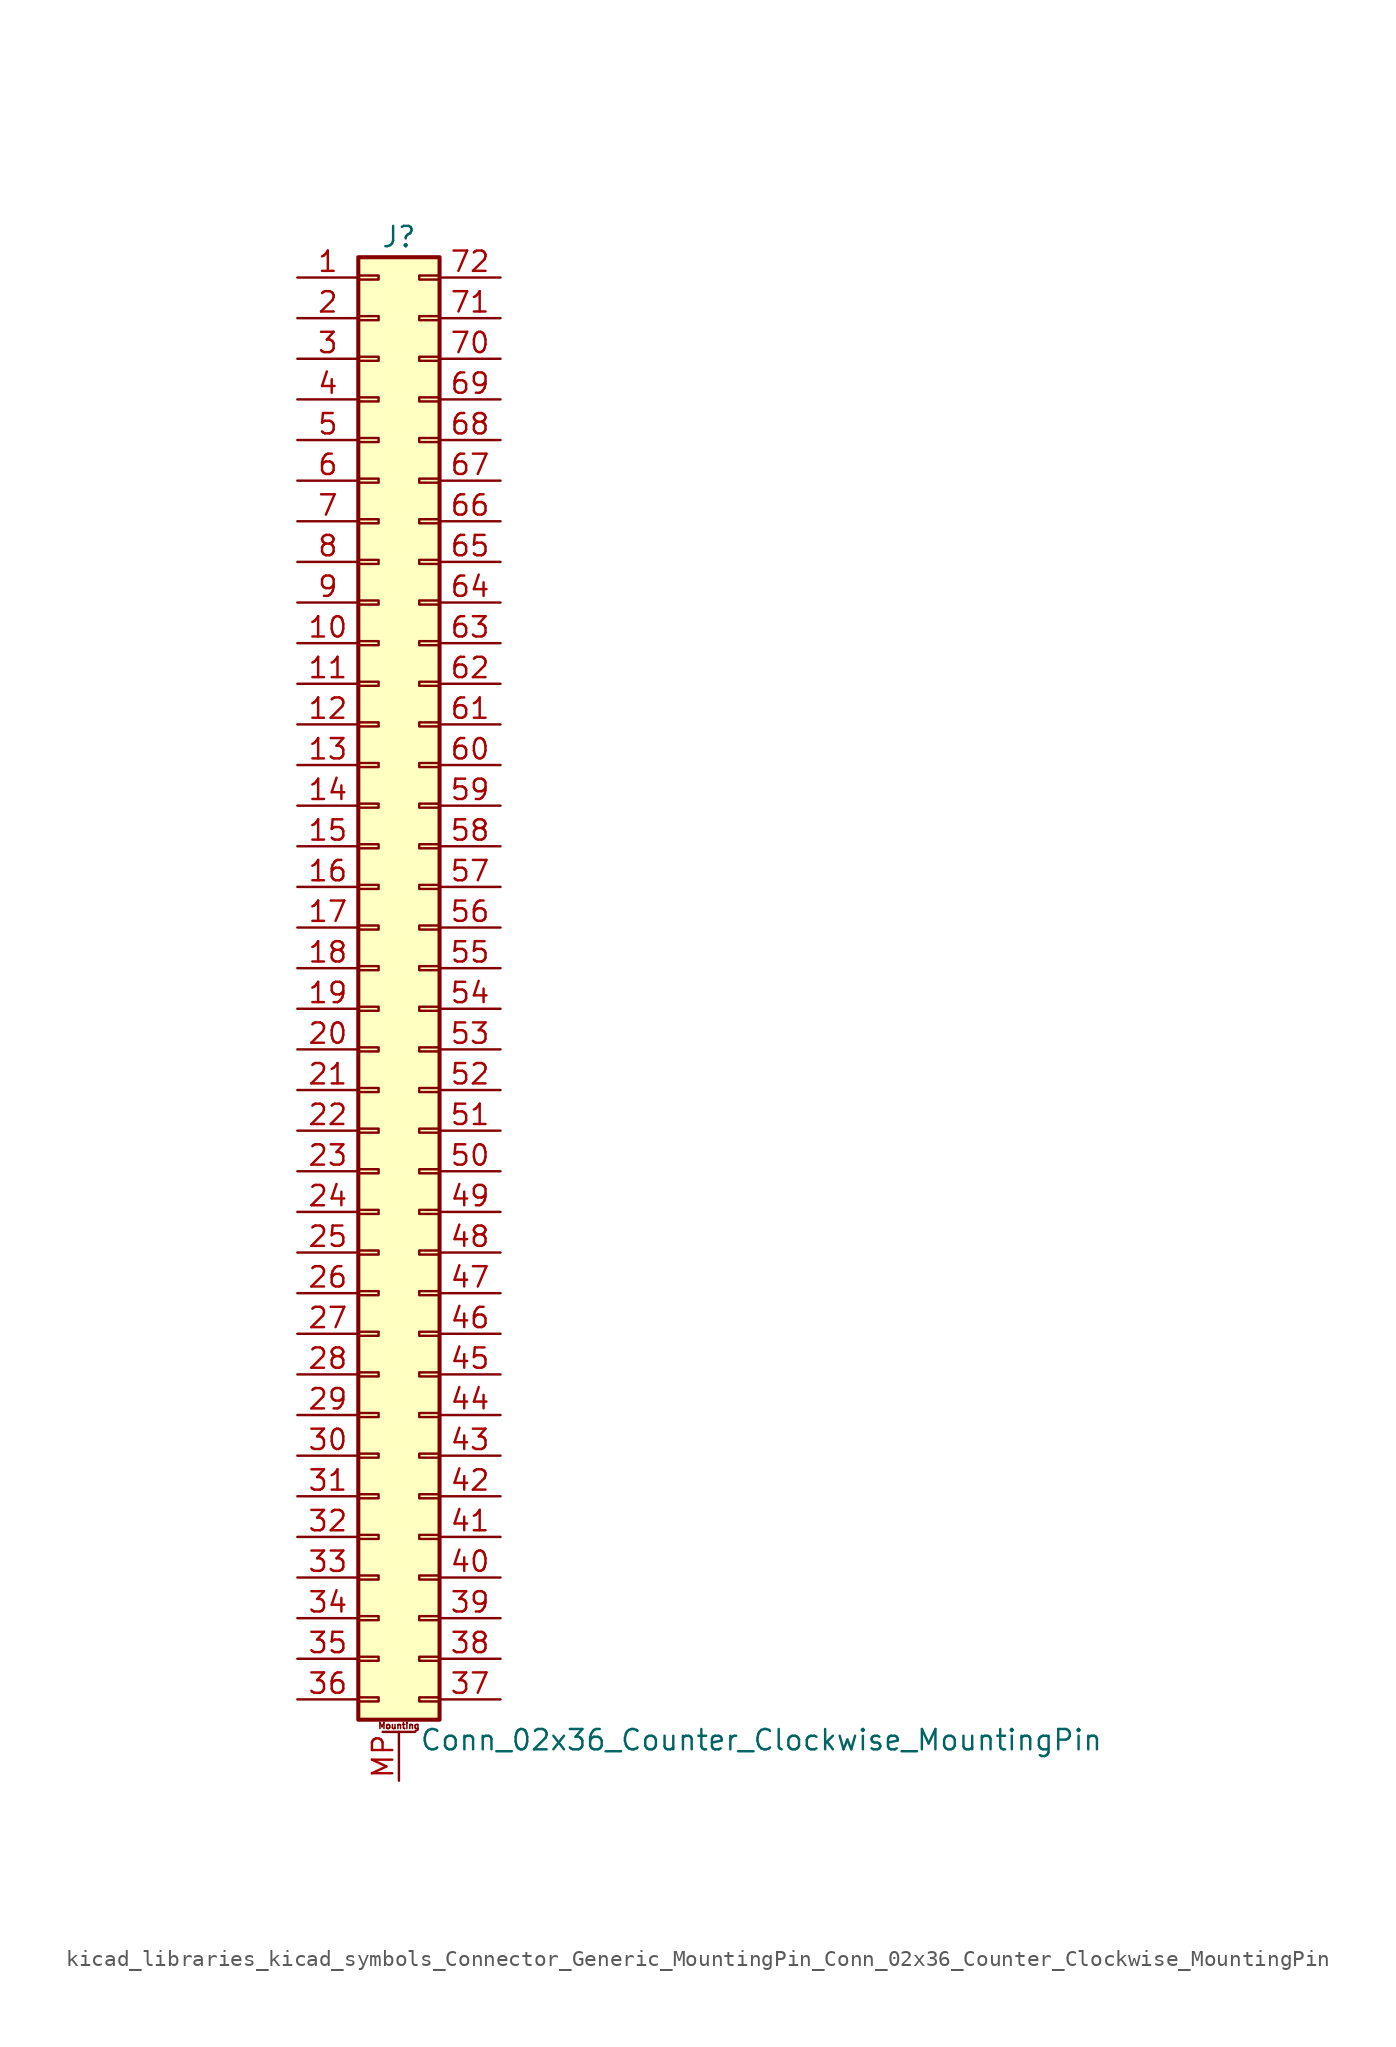
<source format=kicad_sym>
(kicad_symbol_lib
  (version 20220914)
  (generator kicad_symbol_editor)
  (symbol "kicad_libraries_kicad_symbols_Connector_Generic_MountingPin_Conn_02x36_Counter_Clockwise_MountingPin"
    (pin_names
      (offset 1.016) hide)
    (property "Reference" "J"
      (at 1.27 45.72 0)
      (effects (font (size 1.27 1.27))))
    (property "Value" "Conn_02x36_Counter_Clockwise_MountingPin"
      (at 2.54 -48.26 0)
      (effects (font (size 1.27 1.27)) (justify left)))
    (symbol "kicad_libraries_kicad_symbols_Connector_Generic_MountingPin_Conn_02x36_Counter_Clockwise_MountingPin_1_1"
      (rectangle (start -1.27 -45.593) (end 0 -45.847) (stroke (width 0.152) (type default)) (fill (type none)))
      (rectangle (start -1.27 -43.053) (end 0 -43.307) (stroke (width 0.152) (type default)) (fill (type none)))
      (rectangle (start -1.27 -40.513) (end 0 -40.767) (stroke (width 0.152) (type default)) (fill (type none)))
      (rectangle (start -1.27 -37.973) (end 0 -38.227) (stroke (width 0.152) (type default)) (fill (type none)))
      (rectangle (start -1.27 -35.433) (end 0 -35.687) (stroke (width 0.152) (type default)) (fill (type none)))
      (rectangle (start -1.27 -32.893) (end 0 -33.147) (stroke (width 0.152) (type default)) (fill (type none)))
      (rectangle (start -1.27 -30.353) (end 0 -30.607) (stroke (width 0.152) (type default)) (fill (type none)))
      (rectangle (start -1.27 -27.813) (end 0 -28.067) (stroke (width 0.152) (type default)) (fill (type none)))
      (rectangle (start -1.27 -25.273) (end 0 -25.527) (stroke (width 0.152) (type default)) (fill (type none)))
      (rectangle (start -1.27 -22.733) (end 0 -22.987) (stroke (width 0.152) (type default)) (fill (type none)))
      (rectangle (start -1.27 -20.193) (end 0 -20.447) (stroke (width 0.152) (type default)) (fill (type none)))
      (rectangle (start -1.27 -17.653) (end 0 -17.907) (stroke (width 0.152) (type default)) (fill (type none)))
      (rectangle (start -1.27 -15.113) (end 0 -15.367) (stroke (width 0.152) (type default)) (fill (type none)))
      (rectangle (start -1.27 -12.573) (end 0 -12.827) (stroke (width 0.152) (type default)) (fill (type none)))
      (rectangle (start -1.27 -10.033) (end 0 -10.287) (stroke (width 0.152) (type default)) (fill (type none)))
      (rectangle (start -1.27 -7.493) (end 0 -7.747) (stroke (width 0.152) (type default)) (fill (type none)))
      (rectangle (start -1.27 -4.953) (end 0 -5.207) (stroke (width 0.152) (type default)) (fill (type none)))
      (rectangle (start -1.27 -2.413) (end 0 -2.667) (stroke (width 0.152) (type default)) (fill (type none)))
      (rectangle (start -1.27 0.127) (end 0 -0.127) (stroke (width 0.152) (type default)) (fill (type none)))
      (rectangle (start -1.27 2.667) (end 0 2.413) (stroke (width 0.152) (type default)) (fill (type none)))
      (rectangle (start -1.27 5.207) (end 0 4.953) (stroke (width 0.152) (type default)) (fill (type none)))
      (rectangle (start -1.27 7.747) (end 0 7.493) (stroke (width 0.152) (type default)) (fill (type none)))
      (rectangle (start -1.27 10.287) (end 0 10.033) (stroke (width 0.152) (type default)) (fill (type none)))
      (rectangle (start -1.27 12.827) (end 0 12.573) (stroke (width 0.152) (type default)) (fill (type none)))
      (rectangle (start -1.27 15.367) (end 0 15.113) (stroke (width 0.152) (type default)) (fill (type none)))
      (rectangle (start -1.27 17.907) (end 0 17.653) (stroke (width 0.152) (type default)) (fill (type none)))
      (rectangle (start -1.27 20.447) (end 0 20.193) (stroke (width 0.152) (type default)) (fill (type none)))
      (rectangle (start -1.27 22.987) (end 0 22.733) (stroke (width 0.152) (type default)) (fill (type none)))
      (rectangle (start -1.27 25.527) (end 0 25.273) (stroke (width 0.152) (type default)) (fill (type none)))
      (rectangle (start -1.27 28.067) (end 0 27.813) (stroke (width 0.152) (type default)) (fill (type none)))
      (rectangle (start -1.27 30.607) (end 0 30.353) (stroke (width 0.152) (type default)) (fill (type none)))
      (rectangle (start -1.27 33.147) (end 0 32.893) (stroke (width 0.152) (type default)) (fill (type none)))
      (rectangle (start -1.27 35.687) (end 0 35.433) (stroke (width 0.152) (type default)) (fill (type none)))
      (rectangle (start -1.27 38.227) (end 0 37.973) (stroke (width 0.152) (type default)) (fill (type none)))
      (rectangle (start -1.27 40.767) (end 0 40.513) (stroke (width 0.152) (type default)) (fill (type none)))
      (rectangle (start -1.27 43.307) (end 0 43.053) (stroke (width 0.152) (type default)) (fill (type none)))
      (rectangle (start -1.27 44.45) (end 3.81 -46.99) (stroke (width 0.254) (type default)) (fill (type background)))
      (polyline (pts (xy 0.254 -47.752) (xy 2.286 -47.752)) (stroke (width 0.152) (type default)) (fill (type none)))
      (rectangle (start 3.81 -45.593) (end 2.54 -45.847) (stroke (width 0.152) (type default)) (fill (type none)))
      (rectangle (start 3.81 -43.053) (end 2.54 -43.307) (stroke (width 0.152) (type default)) (fill (type none)))
      (rectangle (start 3.81 -40.513) (end 2.54 -40.767) (stroke (width 0.152) (type default)) (fill (type none)))
      (rectangle (start 3.81 -37.973) (end 2.54 -38.227) (stroke (width 0.152) (type default)) (fill (type none)))
      (rectangle (start 3.81 -35.433) (end 2.54 -35.687) (stroke (width 0.152) (type default)) (fill (type none)))
      (rectangle (start 3.81 -32.893) (end 2.54 -33.147) (stroke (width 0.152) (type default)) (fill (type none)))
      (rectangle (start 3.81 -30.353) (end 2.54 -30.607) (stroke (width 0.152) (type default)) (fill (type none)))
      (rectangle (start 3.81 -27.813) (end 2.54 -28.067) (stroke (width 0.152) (type default)) (fill (type none)))
      (rectangle (start 3.81 -25.273) (end 2.54 -25.527) (stroke (width 0.152) (type default)) (fill (type none)))
      (rectangle (start 3.81 -22.733) (end 2.54 -22.987) (stroke (width 0.152) (type default)) (fill (type none)))
      (rectangle (start 3.81 -20.193) (end 2.54 -20.447) (stroke (width 0.152) (type default)) (fill (type none)))
      (rectangle (start 3.81 -17.653) (end 2.54 -17.907) (stroke (width 0.152) (type default)) (fill (type none)))
      (rectangle (start 3.81 -15.113) (end 2.54 -15.367) (stroke (width 0.152) (type default)) (fill (type none)))
      (rectangle (start 3.81 -12.573) (end 2.54 -12.827) (stroke (width 0.152) (type default)) (fill (type none)))
      (rectangle (start 3.81 -10.033) (end 2.54 -10.287) (stroke (width 0.152) (type default)) (fill (type none)))
      (rectangle (start 3.81 -7.493) (end 2.54 -7.747) (stroke (width 0.152) (type default)) (fill (type none)))
      (rectangle (start 3.81 -4.953) (end 2.54 -5.207) (stroke (width 0.152) (type default)) (fill (type none)))
      (rectangle (start 3.81 -2.413) (end 2.54 -2.667) (stroke (width 0.152) (type default)) (fill (type none)))
      (rectangle (start 3.81 0.127) (end 2.54 -0.127) (stroke (width 0.152) (type default)) (fill (type none)))
      (rectangle (start 3.81 2.667) (end 2.54 2.413) (stroke (width 0.152) (type default)) (fill (type none)))
      (rectangle (start 3.81 5.207) (end 2.54 4.953) (stroke (width 0.152) (type default)) (fill (type none)))
      (rectangle (start 3.81 7.747) (end 2.54 7.493) (stroke (width 0.152) (type default)) (fill (type none)))
      (rectangle (start 3.81 10.287) (end 2.54 10.033) (stroke (width 0.152) (type default)) (fill (type none)))
      (rectangle (start 3.81 12.827) (end 2.54 12.573) (stroke (width 0.152) (type default)) (fill (type none)))
      (rectangle (start 3.81 15.367) (end 2.54 15.113) (stroke (width 0.152) (type default)) (fill (type none)))
      (rectangle (start 3.81 17.907) (end 2.54 17.653) (stroke (width 0.152) (type default)) (fill (type none)))
      (rectangle (start 3.81 20.447) (end 2.54 20.193) (stroke (width 0.152) (type default)) (fill (type none)))
      (rectangle (start 3.81 22.987) (end 2.54 22.733) (stroke (width 0.152) (type default)) (fill (type none)))
      (rectangle (start 3.81 25.527) (end 2.54 25.273) (stroke (width 0.152) (type default)) (fill (type none)))
      (rectangle (start 3.81 28.067) (end 2.54 27.813) (stroke (width 0.152) (type default)) (fill (type none)))
      (rectangle (start 3.81 30.607) (end 2.54 30.353) (stroke (width 0.152) (type default)) (fill (type none)))
      (rectangle (start 3.81 33.147) (end 2.54 32.893) (stroke (width 0.152) (type default)) (fill (type none)))
      (rectangle (start 3.81 35.687) (end 2.54 35.433) (stroke (width 0.152) (type default)) (fill (type none)))
      (rectangle (start 3.81 38.227) (end 2.54 37.973) (stroke (width 0.152) (type default)) (fill (type none)))
      (rectangle (start 3.81 40.767) (end 2.54 40.513) (stroke (width 0.152) (type default)) (fill (type none)))
      (rectangle (start 3.81 43.307) (end 2.54 43.053) (stroke (width 0.152) (type default)) (fill (type none)))
      (text "Mounting" (at 1.27 -47.371 0) (effects (font (size 0.381 0.381))))
      (pin passive line (at -5.08 43.18 0) (length 3.81) (name "Pin_1" (effects (font (size 1.27 1.27)))) (number "1" (effects (font (size 1.27 1.27)))))
      (pin passive line (at -5.08 20.32 0) (length 3.81) (name "Pin_10" (effects (font (size 1.27 1.27)))) (number "10" (effects (font (size 1.27 1.27)))))
      (pin passive line (at -5.08 17.78 0) (length 3.81) (name "Pin_11" (effects (font (size 1.27 1.27)))) (number "11" (effects (font (size 1.27 1.27)))))
      (pin passive line (at -5.08 15.24 0) (length 3.81) (name "Pin_12" (effects (font (size 1.27 1.27)))) (number "12" (effects (font (size 1.27 1.27)))))
      (pin passive line (at -5.08 12.7 0) (length 3.81) (name "Pin_13" (effects (font (size 1.27 1.27)))) (number "13" (effects (font (size 1.27 1.27)))))
      (pin passive line (at -5.08 10.16 0) (length 3.81) (name "Pin_14" (effects (font (size 1.27 1.27)))) (number "14" (effects (font (size 1.27 1.27)))))
      (pin passive line (at -5.08 7.62 0) (length 3.81) (name "Pin_15" (effects (font (size 1.27 1.27)))) (number "15" (effects (font (size 1.27 1.27)))))
      (pin passive line (at -5.08 5.08 0) (length 3.81) (name "Pin_16" (effects (font (size 1.27 1.27)))) (number "16" (effects (font (size 1.27 1.27)))))
      (pin passive line (at -5.08 2.54 0) (length 3.81) (name "Pin_17" (effects (font (size 1.27 1.27)))) (number "17" (effects (font (size 1.27 1.27)))))
      (pin passive line (at -5.08 0 0) (length 3.81) (name "Pin_18" (effects (font (size 1.27 1.27)))) (number "18" (effects (font (size 1.27 1.27)))))
      (pin passive line (at -5.08 -2.54 0) (length 3.81) (name "Pin_19" (effects (font (size 1.27 1.27)))) (number "19" (effects (font (size 1.27 1.27)))))
      (pin passive line (at -5.08 40.64 0) (length 3.81) (name "Pin_2" (effects (font (size 1.27 1.27)))) (number "2" (effects (font (size 1.27 1.27)))))
      (pin passive line (at -5.08 -5.08 0) (length 3.81) (name "Pin_20" (effects (font (size 1.27 1.27)))) (number "20" (effects (font (size 1.27 1.27)))))
      (pin passive line (at -5.08 -7.62 0) (length 3.81) (name "Pin_21" (effects (font (size 1.27 1.27)))) (number "21" (effects (font (size 1.27 1.27)))))
      (pin passive line (at -5.08 -10.16 0) (length 3.81) (name "Pin_22" (effects (font (size 1.27 1.27)))) (number "22" (effects (font (size 1.27 1.27)))))
      (pin passive line (at -5.08 -12.7 0) (length 3.81) (name "Pin_23" (effects (font (size 1.27 1.27)))) (number "23" (effects (font (size 1.27 1.27)))))
      (pin passive line (at -5.08 -15.24 0) (length 3.81) (name "Pin_24" (effects (font (size 1.27 1.27)))) (number "24" (effects (font (size 1.27 1.27)))))
      (pin passive line (at -5.08 -17.78 0) (length 3.81) (name "Pin_25" (effects (font (size 1.27 1.27)))) (number "25" (effects (font (size 1.27 1.27)))))
      (pin passive line (at -5.08 -20.32 0) (length 3.81) (name "Pin_26" (effects (font (size 1.27 1.27)))) (number "26" (effects (font (size 1.27 1.27)))))
      (pin passive line (at -5.08 -22.86 0) (length 3.81) (name "Pin_27" (effects (font (size 1.27 1.27)))) (number "27" (effects (font (size 1.27 1.27)))))
      (pin passive line (at -5.08 -25.4 0) (length 3.81) (name "Pin_28" (effects (font (size 1.27 1.27)))) (number "28" (effects (font (size 1.27 1.27)))))
      (pin passive line (at -5.08 -27.94 0) (length 3.81) (name "Pin_29" (effects (font (size 1.27 1.27)))) (number "29" (effects (font (size 1.27 1.27)))))
      (pin passive line (at -5.08 38.1 0) (length 3.81) (name "Pin_3" (effects (font (size 1.27 1.27)))) (number "3" (effects (font (size 1.27 1.27)))))
      (pin passive line (at -5.08 -30.48 0) (length 3.81) (name "Pin_30" (effects (font (size 1.27 1.27)))) (number "30" (effects (font (size 1.27 1.27)))))
      (pin passive line (at -5.08 -33.02 0) (length 3.81) (name "Pin_31" (effects (font (size 1.27 1.27)))) (number "31" (effects (font (size 1.27 1.27)))))
      (pin passive line (at -5.08 -35.56 0) (length 3.81) (name "Pin_32" (effects (font (size 1.27 1.27)))) (number "32" (effects (font (size 1.27 1.27)))))
      (pin passive line (at -5.08 -38.1 0) (length 3.81) (name "Pin_33" (effects (font (size 1.27 1.27)))) (number "33" (effects (font (size 1.27 1.27)))))
      (pin passive line (at -5.08 -40.64 0) (length 3.81) (name "Pin_34" (effects (font (size 1.27 1.27)))) (number "34" (effects (font (size 1.27 1.27)))))
      (pin passive line (at -5.08 -43.18 0) (length 3.81) (name "Pin_35" (effects (font (size 1.27 1.27)))) (number "35" (effects (font (size 1.27 1.27)))))
      (pin passive line (at -5.08 -45.72 0) (length 3.81) (name "Pin_36" (effects (font (size 1.27 1.27)))) (number "36" (effects (font (size 1.27 1.27)))))
      (pin passive line (at 7.62 -45.72 180) (length 3.81) (name "Pin_37" (effects (font (size 1.27 1.27)))) (number "37" (effects (font (size 1.27 1.27)))))
      (pin passive line (at 7.62 -43.18 180) (length 3.81) (name "Pin_38" (effects (font (size 1.27 1.27)))) (number "38" (effects (font (size 1.27 1.27)))))
      (pin passive line (at 7.62 -40.64 180) (length 3.81) (name "Pin_39" (effects (font (size 1.27 1.27)))) (number "39" (effects (font (size 1.27 1.27)))))
      (pin passive line (at -5.08 35.56 0) (length 3.81) (name "Pin_4" (effects (font (size 1.27 1.27)))) (number "4" (effects (font (size 1.27 1.27)))))
      (pin passive line (at 7.62 -38.1 180) (length 3.81) (name "Pin_40" (effects (font (size 1.27 1.27)))) (number "40" (effects (font (size 1.27 1.27)))))
      (pin passive line (at 7.62 -35.56 180) (length 3.81) (name "Pin_41" (effects (font (size 1.27 1.27)))) (number "41" (effects (font (size 1.27 1.27)))))
      (pin passive line (at 7.62 -33.02 180) (length 3.81) (name "Pin_42" (effects (font (size 1.27 1.27)))) (number "42" (effects (font (size 1.27 1.27)))))
      (pin passive line (at 7.62 -30.48 180) (length 3.81) (name "Pin_43" (effects (font (size 1.27 1.27)))) (number "43" (effects (font (size 1.27 1.27)))))
      (pin passive line (at 7.62 -27.94 180) (length 3.81) (name "Pin_44" (effects (font (size 1.27 1.27)))) (number "44" (effects (font (size 1.27 1.27)))))
      (pin passive line (at 7.62 -25.4 180) (length 3.81) (name "Pin_45" (effects (font (size 1.27 1.27)))) (number "45" (effects (font (size 1.27 1.27)))))
      (pin passive line (at 7.62 -22.86 180) (length 3.81) (name "Pin_46" (effects (font (size 1.27 1.27)))) (number "46" (effects (font (size 1.27 1.27)))))
      (pin passive line (at 7.62 -20.32 180) (length 3.81) (name "Pin_47" (effects (font (size 1.27 1.27)))) (number "47" (effects (font (size 1.27 1.27)))))
      (pin passive line (at 7.62 -17.78 180) (length 3.81) (name "Pin_48" (effects (font (size 1.27 1.27)))) (number "48" (effects (font (size 1.27 1.27)))))
      (pin passive line (at 7.62 -15.24 180) (length 3.81) (name "Pin_49" (effects (font (size 1.27 1.27)))) (number "49" (effects (font (size 1.27 1.27)))))
      (pin passive line (at -5.08 33.02 0) (length 3.81) (name "Pin_5" (effects (font (size 1.27 1.27)))) (number "5" (effects (font (size 1.27 1.27)))))
      (pin passive line (at 7.62 -12.7 180) (length 3.81) (name "Pin_50" (effects (font (size 1.27 1.27)))) (number "50" (effects (font (size 1.27 1.27)))))
      (pin passive line (at 7.62 -10.16 180) (length 3.81) (name "Pin_51" (effects (font (size 1.27 1.27)))) (number "51" (effects (font (size 1.27 1.27)))))
      (pin passive line (at 7.62 -7.62 180) (length 3.81) (name "Pin_52" (effects (font (size 1.27 1.27)))) (number "52" (effects (font (size 1.27 1.27)))))
      (pin passive line (at 7.62 -5.08 180) (length 3.81) (name "Pin_53" (effects (font (size 1.27 1.27)))) (number "53" (effects (font (size 1.27 1.27)))))
      (pin passive line (at 7.62 -2.54 180) (length 3.81) (name "Pin_54" (effects (font (size 1.27 1.27)))) (number "54" (effects (font (size 1.27 1.27)))))
      (pin passive line (at 7.62 0 180) (length 3.81) (name "Pin_55" (effects (font (size 1.27 1.27)))) (number "55" (effects (font (size 1.27 1.27)))))
      (pin passive line (at 7.62 2.54 180) (length 3.81) (name "Pin_56" (effects (font (size 1.27 1.27)))) (number "56" (effects (font (size 1.27 1.27)))))
      (pin passive line (at 7.62 5.08 180) (length 3.81) (name "Pin_57" (effects (font (size 1.27 1.27)))) (number "57" (effects (font (size 1.27 1.27)))))
      (pin passive line (at 7.62 7.62 180) (length 3.81) (name "Pin_58" (effects (font (size 1.27 1.27)))) (number "58" (effects (font (size 1.27 1.27)))))
      (pin passive line (at 7.62 10.16 180) (length 3.81) (name "Pin_59" (effects (font (size 1.27 1.27)))) (number "59" (effects (font (size 1.27 1.27)))))
      (pin passive line (at -5.08 30.48 0) (length 3.81) (name "Pin_6" (effects (font (size 1.27 1.27)))) (number "6" (effects (font (size 1.27 1.27)))))
      (pin passive line (at 7.62 12.7 180) (length 3.81) (name "Pin_60" (effects (font (size 1.27 1.27)))) (number "60" (effects (font (size 1.27 1.27)))))
      (pin passive line (at 7.62 15.24 180) (length 3.81) (name "Pin_61" (effects (font (size 1.27 1.27)))) (number "61" (effects (font (size 1.27 1.27)))))
      (pin passive line (at 7.62 17.78 180) (length 3.81) (name "Pin_62" (effects (font (size 1.27 1.27)))) (number "62" (effects (font (size 1.27 1.27)))))
      (pin passive line (at 7.62 20.32 180) (length 3.81) (name "Pin_63" (effects (font (size 1.27 1.27)))) (number "63" (effects (font (size 1.27 1.27)))))
      (pin passive line (at 7.62 22.86 180) (length 3.81) (name "Pin_64" (effects (font (size 1.27 1.27)))) (number "64" (effects (font (size 1.27 1.27)))))
      (pin passive line (at 7.62 25.4 180) (length 3.81) (name "Pin_65" (effects (font (size 1.27 1.27)))) (number "65" (effects (font (size 1.27 1.27)))))
      (pin passive line (at 7.62 27.94 180) (length 3.81) (name "Pin_66" (effects (font (size 1.27 1.27)))) (number "66" (effects (font (size 1.27 1.27)))))
      (pin passive line (at 7.62 30.48 180) (length 3.81) (name "Pin_67" (effects (font (size 1.27 1.27)))) (number "67" (effects (font (size 1.27 1.27)))))
      (pin passive line (at 7.62 33.02 180) (length 3.81) (name "Pin_68" (effects (font (size 1.27 1.27)))) (number "68" (effects (font (size 1.27 1.27)))))
      (pin passive line (at 7.62 35.56 180) (length 3.81) (name "Pin_69" (effects (font (size 1.27 1.27)))) (number "69" (effects (font (size 1.27 1.27)))))
      (pin passive line (at -5.08 27.94 0) (length 3.81) (name "Pin_7" (effects (font (size 1.27 1.27)))) (number "7" (effects (font (size 1.27 1.27)))))
      (pin passive line (at 7.62 38.1 180) (length 3.81) (name "Pin_70" (effects (font (size 1.27 1.27)))) (number "70" (effects (font (size 1.27 1.27)))))
      (pin passive line (at 7.62 40.64 180) (length 3.81) (name "Pin_71" (effects (font (size 1.27 1.27)))) (number "71" (effects (font (size 1.27 1.27)))))
      (pin passive line (at 7.62 43.18 180) (length 3.81) (name "Pin_72" (effects (font (size 1.27 1.27)))) (number "72" (effects (font (size 1.27 1.27)))))
      (pin passive line (at -5.08 25.4 0) (length 3.81) (name "Pin_8" (effects (font (size 1.27 1.27)))) (number "8" (effects (font (size 1.27 1.27)))))
      (pin passive line (at -5.08 22.86 0) (length 3.81) (name "Pin_9" (effects (font (size 1.27 1.27)))) (number "9" (effects (font (size 1.27 1.27)))))
      (pin passive line (at 1.27 -50.8 90) (length 3.048) (name "MountPin" (effects (font (size 1.27 1.27)))) (number "MP" (effects (font (size 1.27 1.27))))))))
</source>
